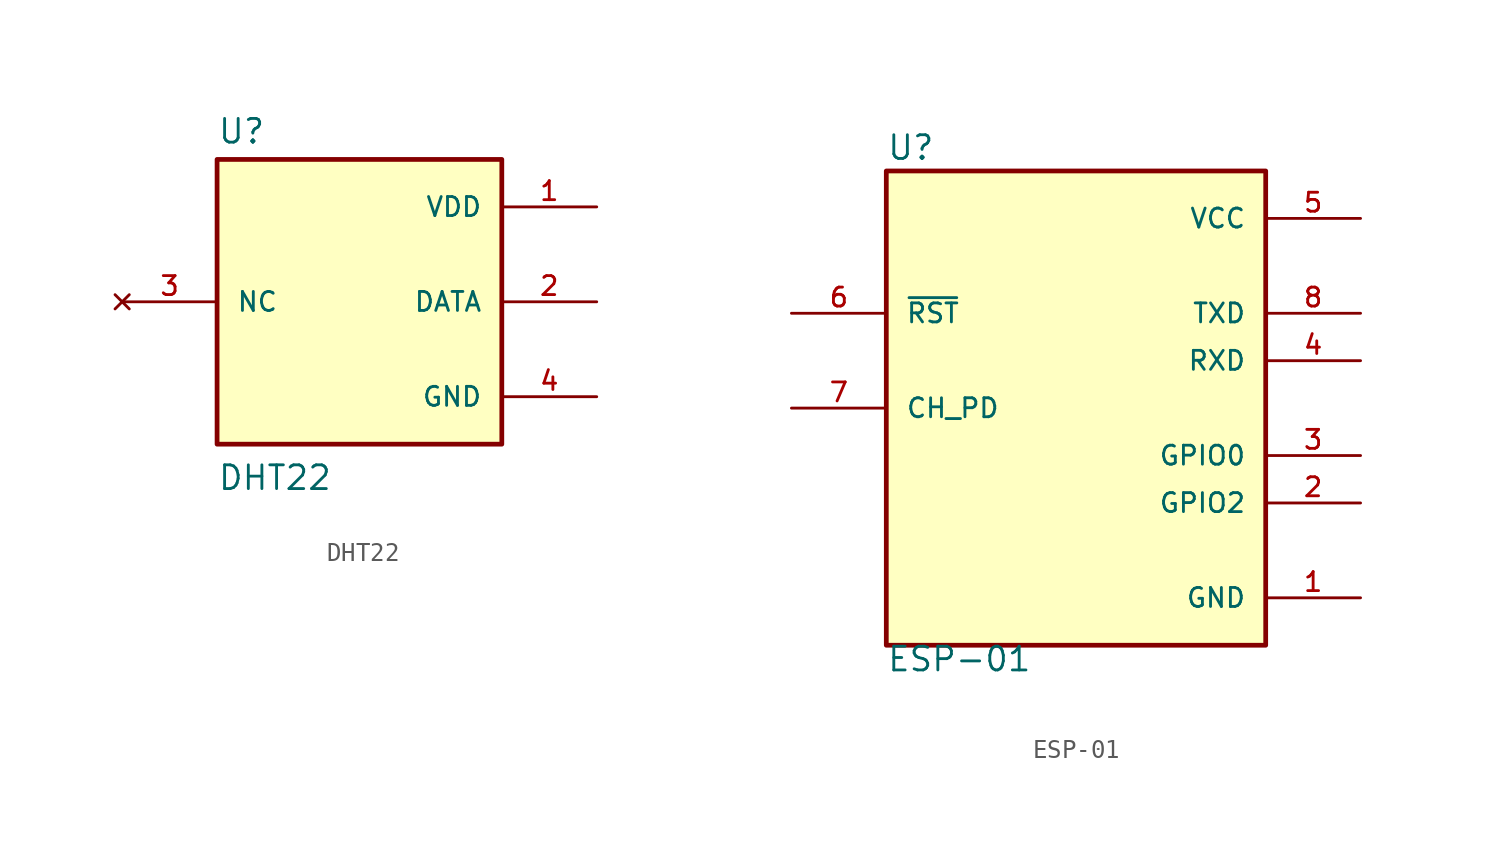
<source format=kicad_sym>
(kicad_symbol_lib
  (version 20241209)
  (generator "kicad_symbol_editor")
  (generator_version "9.0")
  (symbol "DHT22"
    (pin_names
      (offset 1.016))
    (property "Reference" "U"
      (at -7.62 8.382 0)
      (effects (font (size 1.27 1.27)) (justify left bottom)))
    (property "Value" "DHT22"
      (at -7.62 -10.16 0)
      (effects (font (size 1.27 1.27)) (justify left bottom)))
    (symbol "DHT22_0_0"
      (rectangle (start -7.62 -7.62) (end 7.62 7.62) (stroke (width 0.254) (type default)) (fill (type background)))
      (pin no_connect line (at -12.7 0 0) (length 5.08) (name "NC" (effects (font (size 1.016 1.016)))) (number "3" (effects (font (size 1.016 1.016)))))
      (pin power_in line (at 12.7 5.08 180) (length 5.08) (name "VDD" (effects (font (size 1.016 1.016)))) (number "1" (effects (font (size 1.016 1.016)))))
      (pin bidirectional line (at 12.7 0 180) (length 5.08) (name "DATA" (effects (font (size 1.016 1.016)))) (number "2" (effects (font (size 1.016 1.016)))))
      (pin power_in line (at 12.7 -5.08 180) (length 5.08) (name "GND" (effects (font (size 1.016 1.016)))) (number "4" (effects (font (size 1.016 1.016)))))))
  (symbol "ESP-01"
    (pin_names
      (offset 1.016))
    (property "Reference" "U"
      (at -10.16 13.208 0)
      (effects (font (size 1.27 1.27)) (justify left bottom)))
    (property "Value" "ESP-01"
      (at -10.16 -12.7 0)
      (effects (font (size 1.27 1.27)) (justify left top)))
    (symbol "ESP-01_0_0"
      (rectangle (start -10.16 -12.7) (end 10.16 12.7) (stroke (width 0.254) (type default)) (fill (type background)))
      (pin input line (at -15.24 5.08 0) (length 5.08) (name "~{RST}" (effects (font (size 1.016 1.016)))) (number "6" (effects (font (size 1.016 1.016)))))
      (pin input line (at -15.24 0 0) (length 5.08) (name "CH_PD" (effects (font (size 1.016 1.016)))) (number "7" (effects (font (size 1.016 1.016)))))
      (pin power_in line (at 15.24 10.16 180) (length 5.08) (name "VCC" (effects (font (size 1.016 1.016)))) (number "5" (effects (font (size 1.016 1.016)))))
      (pin output line (at 15.24 5.08 180) (length 5.08) (name "TXD" (effects (font (size 1.016 1.016)))) (number "8" (effects (font (size 1.016 1.016)))))
      (pin input line (at 15.24 2.54 180) (length 5.08) (name "RXD" (effects (font (size 1.016 1.016)))) (number "4" (effects (font (size 1.016 1.016)))))
      (pin bidirectional line (at 15.24 -2.54 180) (length 5.08) (name "GPIO0" (effects (font (size 1.016 1.016)))) (number "3" (effects (font (size 1.016 1.016)))))
      (pin bidirectional line (at 15.24 -5.08 180) (length 5.08) (name "GPIO2" (effects (font (size 1.016 1.016)))) (number "2" (effects (font (size 1.016 1.016)))))
      (pin power_in line (at 15.24 -10.16 180) (length 5.08) (name "GND" (effects (font (size 1.016 1.016)))) (number "1" (effects (font (size 1.016 1.016))))))))
</source>
